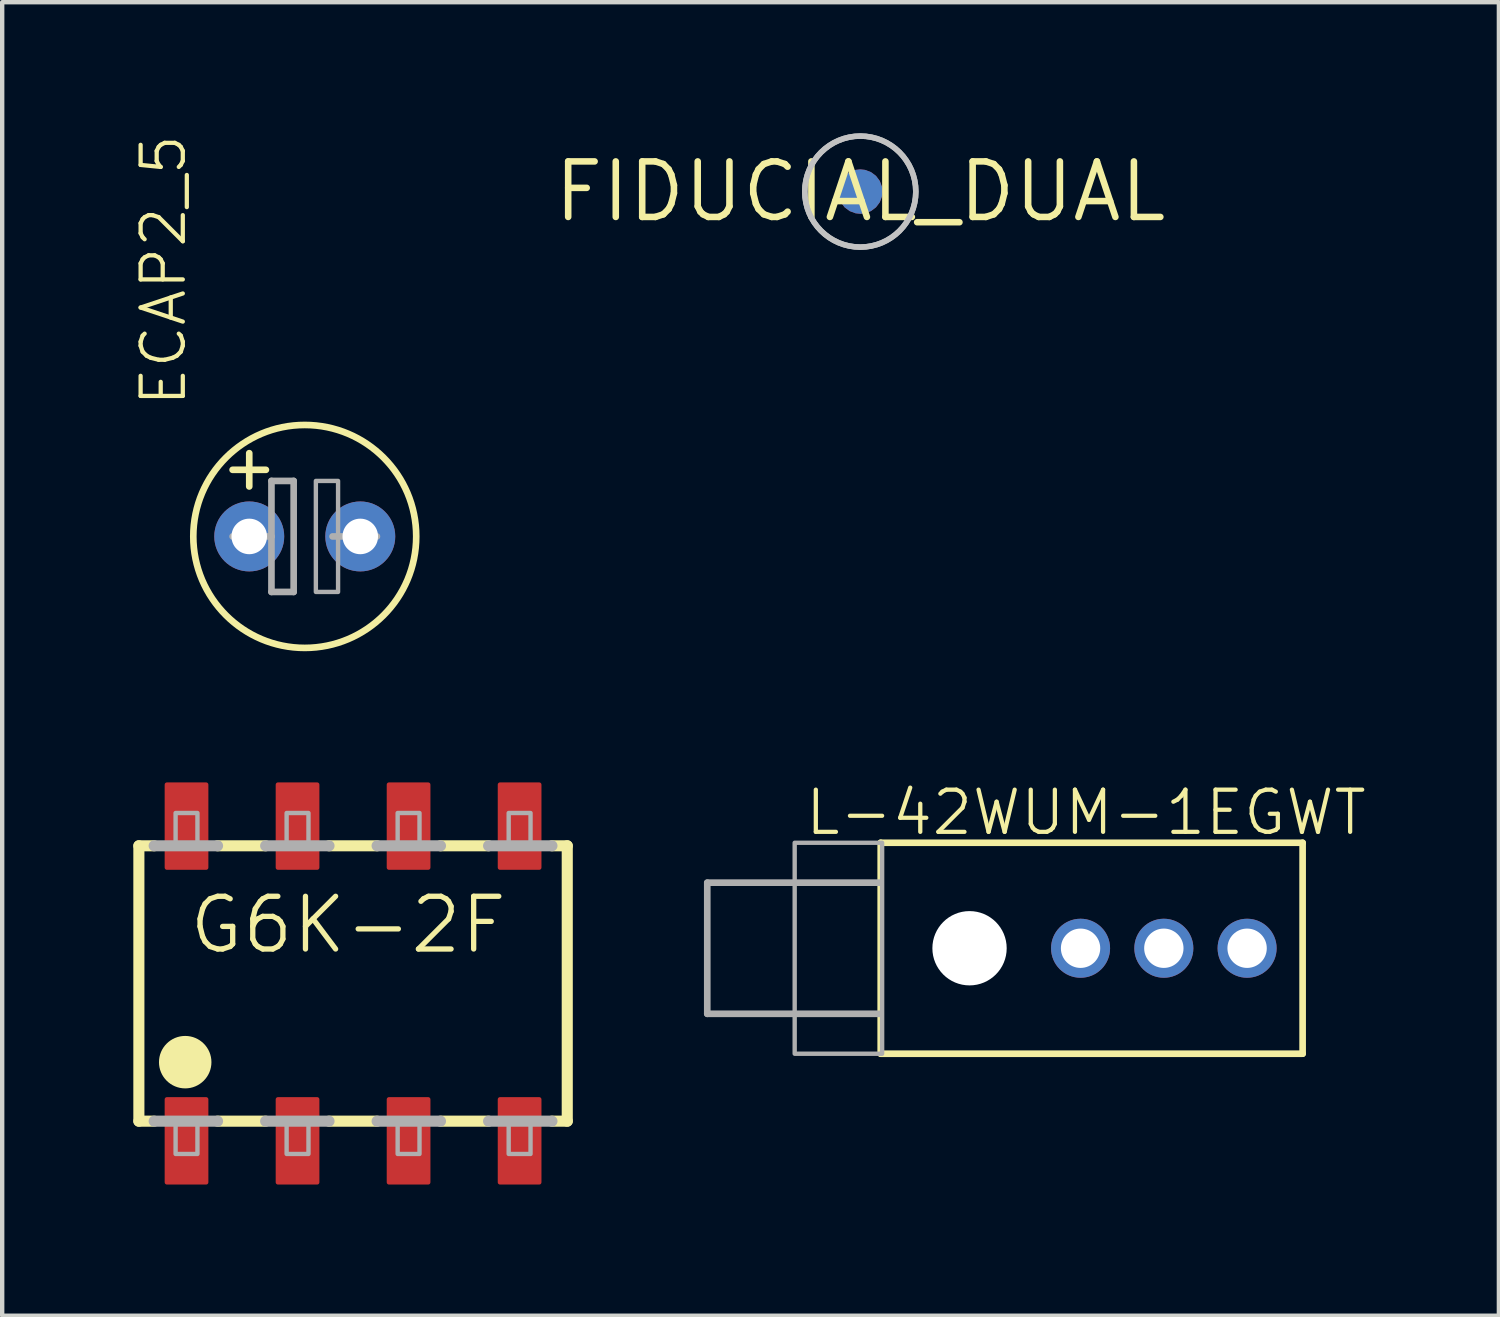
<source format=kicad_pcb>
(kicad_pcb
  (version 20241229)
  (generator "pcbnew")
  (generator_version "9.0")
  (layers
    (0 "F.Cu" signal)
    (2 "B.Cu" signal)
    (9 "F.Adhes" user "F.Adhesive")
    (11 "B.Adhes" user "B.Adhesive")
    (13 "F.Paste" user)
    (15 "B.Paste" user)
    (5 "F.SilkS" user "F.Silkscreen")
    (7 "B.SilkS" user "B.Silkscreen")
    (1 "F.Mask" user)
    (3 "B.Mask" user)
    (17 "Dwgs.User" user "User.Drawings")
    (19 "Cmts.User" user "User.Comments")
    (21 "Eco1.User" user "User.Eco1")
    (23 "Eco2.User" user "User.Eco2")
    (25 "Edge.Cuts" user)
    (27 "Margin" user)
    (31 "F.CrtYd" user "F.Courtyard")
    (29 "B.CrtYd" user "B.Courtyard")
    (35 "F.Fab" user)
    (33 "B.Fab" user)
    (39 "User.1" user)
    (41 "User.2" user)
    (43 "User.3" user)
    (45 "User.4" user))
  (footprint "G6K-2F"
    (layer "F.Cu")
    (at 5.027 19.449)
    (property "Reference" "G6K-2F" (at -3.81 -0.635 180) (layer "F.SilkS") (effects (font (size 1.206 1.206) (thickness 0.121)) (justify left bottom)))
    (attr through_hole)
    (fp_line (start -4.9 -3.15) (end -4.9 3.15) (stroke (width 0.254) (type solid)) (layer "F.SilkS"))
    (fp_line (start -4.9 -3.15) (end -4.55 -3.15) (stroke (width 0.254) (type solid)) (layer "F.SilkS"))
    (fp_line (start -4.9 3.15) (end -4.55 3.15) (stroke (width 0.254) (type solid)) (layer "F.SilkS"))
    (fp_line (start -3.1 -3.15) (end -2 -3.15) (stroke (width 0.254) (type solid)) (layer "F.SilkS"))
    (fp_line (start -3.1 3.15) (end -2 3.15) (stroke (width 0.254) (type solid)) (layer "F.SilkS"))
    (fp_line (start -0.55 -3.15) (end 0.55 -3.15) (stroke (width 0.254) (type solid)) (layer "F.SilkS"))
    (fp_line (start -0.55 3.15) (end 0.55 3.15) (stroke (width 0.254) (type solid)) (layer "F.SilkS"))
    (fp_line (start 2 -3.15) (end 3.1 -3.15) (stroke (width 0.254) (type solid)) (layer "F.SilkS"))
    (fp_line (start 2 3.15) (end 3.1 3.15) (stroke (width 0.254) (type solid)) (layer "F.SilkS"))
    (fp_line (start 4.9 -3.15) (end 4.55 -3.15) (stroke (width 0.254) (type solid)) (layer "F.SilkS"))
    (fp_line (start 4.9 3.15) (end 4.55 3.15) (stroke (width 0.254) (type solid)) (layer "F.SilkS"))
    (fp_line (start 4.9 3.15) (end 4.9 -3.15) (stroke (width 0.254) (type solid)) (layer "F.SilkS"))
    (fp_circle (center -3.84 1.8) (end -3.24 1.8) (stroke (width 0) (type solid)) (fill yes) (layer "F.SilkS"))
    (fp_line (start -4.55 -3.15) (end -3.1 -3.15) (stroke (width 0.254) (type solid)) (layer "F.Fab"))
    (fp_line (start -4.55 3.15) (end -3.1 3.15) (stroke (width 0.254) (type solid)) (layer "F.Fab"))
    (fp_line (start -2 -3.15) (end -0.55 -3.15) (stroke (width 0.254) (type solid)) (layer "F.Fab"))
    (fp_line (start -2 3.15) (end -0.55 3.15) (stroke (width 0.254) (type solid)) (layer "F.Fab"))
    (fp_line (start 0.55 -3.15) (end 2 -3.15) (stroke (width 0.254) (type solid)) (layer "F.Fab"))
    (fp_line (start 0.55 3.15) (end 2 3.15) (stroke (width 0.254) (type solid)) (layer "F.Fab"))
    (fp_line (start 3.1 -3.15) (end 4.55 -3.15) (stroke (width 0.254) (type solid)) (layer "F.Fab"))
    (fp_line (start 3.1 3.15) (end 4.55 3.15) (stroke (width 0.254) (type solid)) (layer "F.Fab"))
    (fp_poly (pts (xy -4.06 -3.2) (xy -3.56 -3.2) (xy -3.56 -3.9) (xy -4.06 -3.9)) (stroke (width 0.1) (type solid)) (fill no) (layer "F.Fab"))
    (fp_poly (pts (xy -4.06 3.9) (xy -3.56 3.9) (xy -3.56 3.2) (xy -4.06 3.2)) (stroke (width 0.1) (type solid)) (fill no) (layer "F.Fab"))
    (fp_poly (pts (xy -1.52 -3.2) (xy -1.02 -3.2) (xy -1.02 -3.9) (xy -1.52 -3.9)) (stroke (width 0.1) (type solid)) (fill no) (layer "F.Fab"))
    (fp_poly (pts (xy -1.52 3.9) (xy -1.02 3.9) (xy -1.02 3.2) (xy -1.52 3.2)) (stroke (width 0.1) (type solid)) (fill no) (layer "F.Fab"))
    (fp_poly (pts (xy 1.02 -3.2) (xy 1.52 -3.2) (xy 1.52 -3.9) (xy 1.02 -3.9)) (stroke (width 0.1) (type solid)) (fill no) (layer "F.Fab"))
    (fp_poly (pts (xy 1.02 3.9) (xy 1.52 3.9) (xy 1.52 3.2) (xy 1.02 3.2)) (stroke (width 0.1) (type solid)) (fill no) (layer "F.Fab"))
    (fp_poly (pts (xy 3.56 -3.2) (xy 4.06 -3.2) (xy 4.06 -3.9) (xy 3.56 -3.9)) (stroke (width 0.1) (type solid)) (fill no) (layer "F.Fab"))
    (fp_poly (pts (xy 3.56 3.9) (xy 4.06 3.9) (xy 4.06 3.2) (xy 3.56 3.2)) (stroke (width 0.1) (type solid)) (fill no) (layer "F.Fab"))
    (pad "1" smd roundrect (at -3.81 3.6) (size 1 2) (layers "F.Cu" "F.Mask" "F.Paste") (roundrect_rratio 0.051))
    (pad "2" smd roundrect (at -1.27 3.6) (size 1 2) (layers "F.Cu" "F.Mask" "F.Paste") (roundrect_rratio 0.051))
    (pad "3" smd roundrect (at 1.27 3.6) (size 1 2) (layers "F.Cu" "F.Mask" "F.Paste") (roundrect_rratio 0.051))
    (pad "4" smd roundrect (at 3.81 3.6) (size 1 2) (layers "F.Cu" "F.Mask" "F.Paste") (roundrect_rratio 0.051))
    (pad "5" smd roundrect (at 3.81 -3.6) (size 1 2) (layers "F.Cu" "F.Mask" "F.Paste") (roundrect_rratio 0.051))
    (pad "6" smd roundrect (at 1.27 -3.6) (size 1 2) (layers "F.Cu" "F.Mask" "F.Paste") (roundrect_rratio 0.051))
    (pad "7" smd roundrect (at -1.27 -3.6) (size 1 2) (layers "F.Cu" "F.Mask" "F.Paste") (roundrect_rratio 0.051))
    (pad "8" smd roundrect (at -3.81 -3.6) (size 1 2) (layers "F.Cu" "F.Mask" "F.Paste") (roundrect_rratio 0.051)))
  (footprint "FIDUCIAL_DUAL"
    (layer "F.Cu")
    (at 16.631 1.333)
    (property "Reference" "FIDUCIAL_DUAL" (at 0 0 0) (layer "F.SilkS") (effects (font (size 1.27 1.27) (thickness 0.15))))
    (attr through_hole)
    (fp_poly (pts (xy 0 -1.27) (xy 0.248 -1.246) (xy 0.486 -1.173) (xy 0.706 -1.056) (xy 0.898 -0.898) (xy 1.056 -0.706) (xy 1.173 -0.486) (xy 1.27 0) (xy 1.246 0.248) (xy 1.173 0.486) (xy 1.056 0.706) (xy 0.898 0.898) (xy 0.706 1.056) (xy 0.486 1.173) (xy 0 1.27) (xy -0.248 1.246) (xy -0.486 1.173) (xy -0.706 1.056) (xy -0.898 0.898) (xy -1.056 0.706) (xy -1.173 0.486) (xy -1.27 0) (xy -1.246 -0.248) (xy -1.173 -0.486) (xy -1.056 -0.706) (xy -0.898 -0.898) (xy -0.706 -1.056) (xy -0.486 -1.173)) (stroke (width 0) (type solid)) (fill yes) (layer "F.Mask"))
    (fp_poly (pts (xy 0 -1.27) (xy 0.248 -1.246) (xy 0.486 -1.173) (xy 0.706 -1.056) (xy 0.898 -0.898) (xy 1.056 -0.706) (xy 1.173 -0.486) (xy 1.27 0) (xy 1.246 0.248) (xy 1.173 0.486) (xy 1.056 0.706) (xy 0.898 0.898) (xy 0.706 1.056) (xy 0.486 1.173) (xy 0 1.27) (xy -0.248 1.246) (xy -0.486 1.173) (xy -0.706 1.056) (xy -0.898 0.898) (xy -1.056 0.706) (xy -1.173 0.486) (xy -1.27 0) (xy -1.246 -0.248) (xy -1.173 -0.486) (xy -1.056 -0.706) (xy -0.898 -0.898) (xy -0.706 -1.056) (xy -0.486 -1.173)) (stroke (width 0) (type solid)) (fill yes) (layer "B.Mask"))
    (fp_circle (center 0 0) (end 1.27 0) (stroke (width 0.127) (type solid)) (fill no) (layer "Dwgs.User"))
    (fp_circle (center 0 0) (end 1.27 0) (stroke (width 0.127) (type solid)) (fill no) (layer "Dwgs.User"))
    (pad "B" smd roundrect (at 0 0 180) (size 1.016 1.016) (layers "B.Cu" "B.Mask") (roundrect_rratio 0.5))
    (pad "T" smd roundrect (at 0 0) (size 1.016 1.016) (layers "F.Cu" "F.Mask") (roundrect_rratio 0.5)))
  (footprint "L-42WUM-1EGWT"
    (layer "F.Cu")
    (at 19.13 18.643)
    (property "Reference" "L-42WUM-1EGWT" (at -3.81 -2.54 0) (layer "F.SilkS") (effects (font (size 0.965 0.965) (thickness 0.097)) (justify left bottom)))
    (attr through_hole)
    (fp_line (start -2.032 -2.413) (end -2.032 2.413) (stroke (width 0.152) (type solid)) (layer "F.SilkS"))
    (fp_line (start -2.032 -2.413) (end 7.62 -2.413) (stroke (width 0.152) (type solid)) (layer "F.SilkS"))
    (fp_line (start -2.032 2.413) (end 7.62 2.413) (stroke (width 0.152) (type solid)) (layer "F.SilkS"))
    (fp_line (start 7.62 -2.413) (end 7.62 2.413) (stroke (width 0.152) (type solid)) (layer "F.SilkS"))
    (fp_line (start -6 -1.5) (end -6 1.5) (stroke (width 0.152) (type solid)) (layer "F.Fab"))
    (fp_line (start -6 1.5) (end -2.032 1.5) (stroke (width 0.152) (type solid)) (layer "F.Fab"))
    (fp_line (start -2.032 -1.5) (end -6 -1.5) (stroke (width 0.152) (type solid)) (layer "F.Fab"))
    (fp_poly (pts (xy -4 2.413) (xy -2 2.413) (xy -2 -2.413) (xy -4 -2.413)) (stroke (width 0.1) (type solid)) (fill no) (layer "F.Fab"))
    (pad "" np_thru_hole circle (at 0 0) (size 1.7 1.7) (drill 1.7) (layers "*.Cu" "*.Mask"))
    (pad "CC" thru_hole circle (at 4.445 0 180) (size 1.35 1.35) (drill 0.9) (layers "*.Cu" "*.Mask"))
    (pad "GREEN" thru_hole circle (at 6.35 0 180) (size 1.35 1.35) (drill 0.9) (layers "*.Cu" "*.Mask"))
    (pad "RED" thru_hole circle (at 2.54 0 180) (size 1.35 1.35) (drill 0.9) (layers "*.Cu" "*.Mask")))
  (footprint "ECAP2_5"
    (layer "F.Cu")
    (at 3.922 9.222)
    (property "Reference" "ECAP2_5" (at -2.667 -2.921 90) (layer "F.SilkS") (effects (font (size 0.965 0.965) (thickness 0.097)) (justify left bottom)))
    (attr through_hole)
    (fp_line (start -1.651 -1.524) (end -0.889 -1.524) (stroke (width 0.152) (type solid)) (layer "F.SilkS"))
    (fp_line (start -1.27 -1.143) (end -1.27 -1.905) (stroke (width 0.152) (type solid)) (layer "F.SilkS"))
    (fp_circle (center 0 0) (end 2.55 0) (stroke (width 0.152) (type solid)) (fill no) (layer "F.SilkS"))
    (fp_line (start -1.651 0) (end -0.762 0) (stroke (width 0.152) (type solid)) (layer "F.Fab"))
    (fp_line (start -0.762 -1.27) (end -0.762 0) (stroke (width 0.152) (type solid)) (layer "F.Fab"))
    (fp_line (start -0.762 0) (end -0.762 1.27) (stroke (width 0.152) (type solid)) (layer "F.Fab"))
    (fp_line (start -0.762 1.27) (end -0.254 1.27) (stroke (width 0.152) (type solid)) (layer "F.Fab"))
    (fp_line (start -0.254 -1.27) (end -0.762 -1.27) (stroke (width 0.152) (type solid)) (layer "F.Fab"))
    (fp_line (start -0.254 1.27) (end -0.254 -1.27) (stroke (width 0.152) (type solid)) (layer "F.Fab"))
    (fp_line (start 0.635 0) (end 1.651 0) (stroke (width 0.152) (type solid)) (layer "F.Fab"))
    (fp_poly (pts (xy 0.254 1.27) (xy 0.762 1.27) (xy 0.762 -1.27) (xy 0.254 -1.27)) (stroke (width 0.1) (type solid)) (fill no) (layer "F.Fab"))
    (pad "+" thru_hole circle (at -1.27 0) (size 1.6 1.6) (drill 0.813) (layers "*.Cu" "*.Mask"))
    (pad "-" thru_hole circle (at 1.27 0) (size 1.6 1.6) (drill 0.813) (layers "*.Cu" "*.Mask")))
  (gr_rect
    (start -3 -3)
    (end 31.24 27.049)
    (stroke (width 0.1) (type default))
    (fill no)
    (layer "Edge.Cuts")))
</source>
